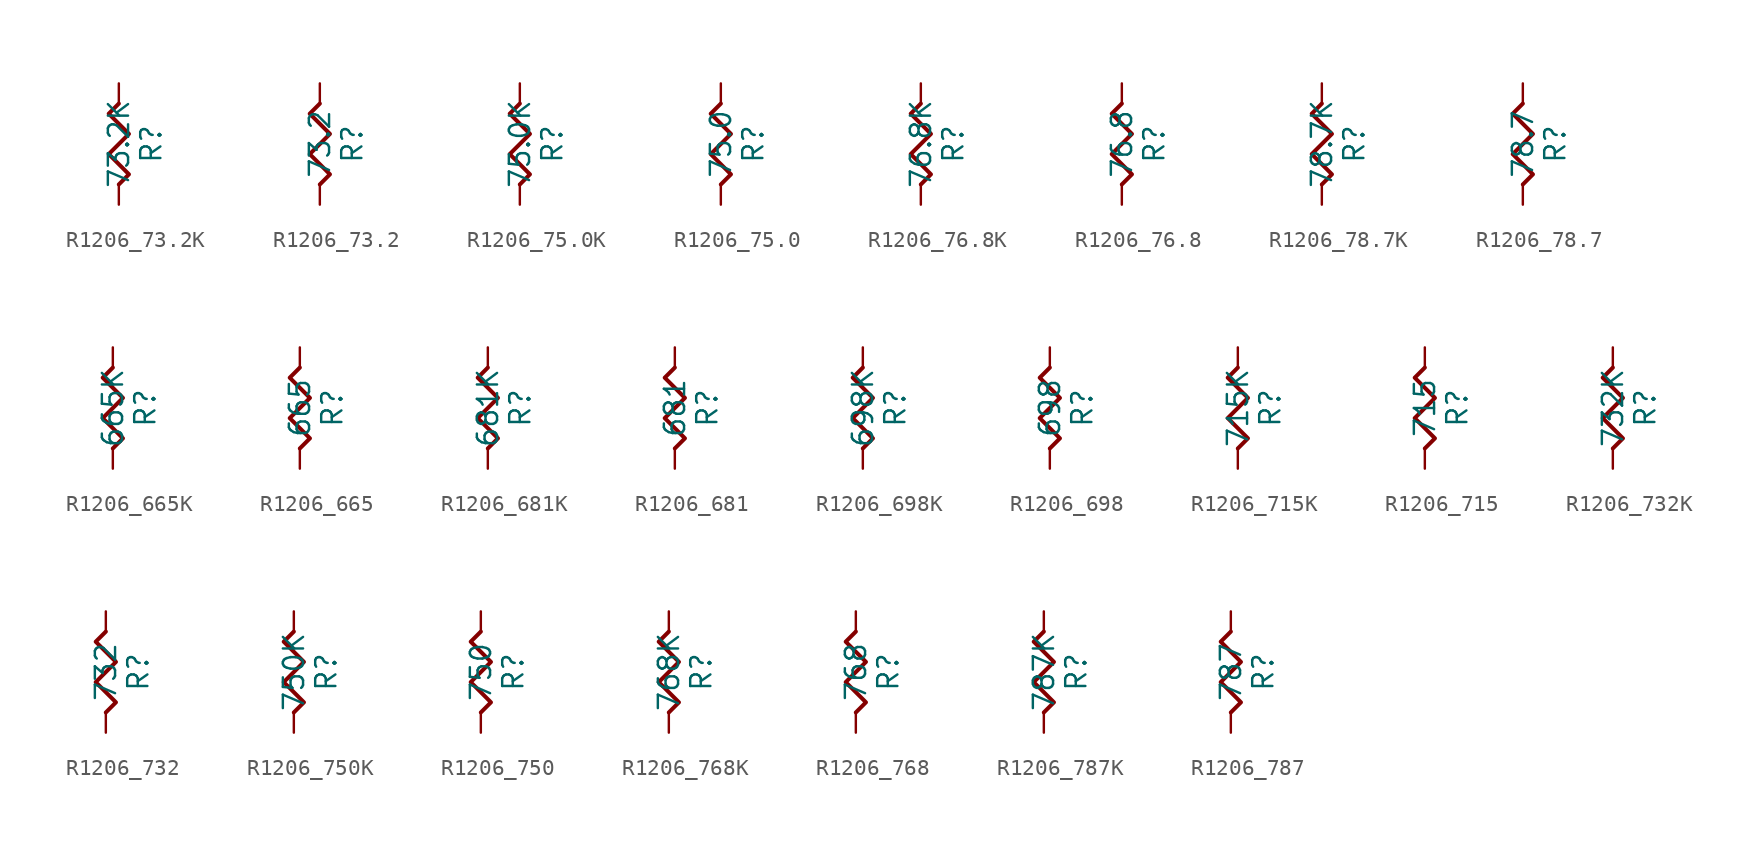
<source format=kicad_sym>
(kicad_symbol_lib
  (version 20211014)
  (generator atlantix-eda)
  (symbol "R1206_73.2K"
    (pin_numbers hide)
    (pin_names
      (offset 0))
    (property "Reference" "R"
      (at 2.032 0 90)
      (effects (font (size 1.27 1.27))))
    (property "Value" "73.2K"
      (at 0 0 90)
      (effects (font (size 1.27 1.27))))
    (symbol "R1206_73.2K_0_1"
      (polyline (pts (xy 0 -2.54) (xy 0.635 -1.905) (xy -0.635 -0.635) (xy 0.635 0.635) (xy -0.635 1.905) (xy 0 2.54)) (stroke (width 0.254) (type default) (color 0 0 0 0)) (fill (type none))))
    (symbol "R1206_73.2K_1_1"
      (pin passive line (at 0 3.81 270) (length 1.27) (name "~" (effects (font (size 1.27 1.27)))) (number "1" (effects (font (size 1.27 1.27)))))
      (pin passive line (at 0 -3.81 90) (length 1.27) (name "~" (effects (font (size 1.27 1.27)))) (number "2" (effects (font (size 1.27 1.27)))))))
  (symbol "R1206_73.2"
    (pin_numbers hide)
    (pin_names
      (offset 0))
    (property "Reference" "R"
      (at 2.032 0 90)
      (effects (font (size 1.27 1.27))))
    (property "Value" "73.2"
      (at 0 0 90)
      (effects (font (size 1.27 1.27))))
    (symbol "R1206_73.2_0_1"
      (polyline (pts (xy 0 -2.54) (xy 0.635 -1.905) (xy -0.635 -0.635) (xy 0.635 0.635) (xy -0.635 1.905) (xy 0 2.54)) (stroke (width 0.254) (type default) (color 0 0 0 0)) (fill (type none))))
    (symbol "R1206_73.2_1_1"
      (pin passive line (at 0 3.81 270) (length 1.27) (name "~" (effects (font (size 1.27 1.27)))) (number "1" (effects (font (size 1.27 1.27)))))
      (pin passive line (at 0 -3.81 90) (length 1.27) (name "~" (effects (font (size 1.27 1.27)))) (number "2" (effects (font (size 1.27 1.27)))))))
  (symbol "R1206_75.0K"
    (pin_numbers hide)
    (pin_names
      (offset 0))
    (property "Reference" "R"
      (at 2.032 0 90)
      (effects (font (size 1.27 1.27))))
    (property "Value" "75.0K"
      (at 0 0 90)
      (effects (font (size 1.27 1.27))))
    (symbol "R1206_75.0K_0_1"
      (polyline (pts (xy 0 -2.54) (xy 0.635 -1.905) (xy -0.635 -0.635) (xy 0.635 0.635) (xy -0.635 1.905) (xy 0 2.54)) (stroke (width 0.254) (type default) (color 0 0 0 0)) (fill (type none))))
    (symbol "R1206_75.0K_1_1"
      (pin passive line (at 0 3.81 270) (length 1.27) (name "~" (effects (font (size 1.27 1.27)))) (number "1" (effects (font (size 1.27 1.27)))))
      (pin passive line (at 0 -3.81 90) (length 1.27) (name "~" (effects (font (size 1.27 1.27)))) (number "2" (effects (font (size 1.27 1.27)))))))
  (symbol "R1206_75.0"
    (pin_numbers hide)
    (pin_names
      (offset 0))
    (property "Reference" "R"
      (at 2.032 0 90)
      (effects (font (size 1.27 1.27))))
    (property "Value" "75.0"
      (at 0 0 90)
      (effects (font (size 1.27 1.27))))
    (symbol "R1206_75.0_0_1"
      (polyline (pts (xy 0 -2.54) (xy 0.635 -1.905) (xy -0.635 -0.635) (xy 0.635 0.635) (xy -0.635 1.905) (xy 0 2.54)) (stroke (width 0.254) (type default) (color 0 0 0 0)) (fill (type none))))
    (symbol "R1206_75.0_1_1"
      (pin passive line (at 0 3.81 270) (length 1.27) (name "~" (effects (font (size 1.27 1.27)))) (number "1" (effects (font (size 1.27 1.27)))))
      (pin passive line (at 0 -3.81 90) (length 1.27) (name "~" (effects (font (size 1.27 1.27)))) (number "2" (effects (font (size 1.27 1.27)))))))
  (symbol "R1206_76.8K"
    (pin_numbers hide)
    (pin_names
      (offset 0))
    (property "Reference" "R"
      (at 2.032 0 90)
      (effects (font (size 1.27 1.27))))
    (property "Value" "76.8K"
      (at 0 0 90)
      (effects (font (size 1.27 1.27))))
    (symbol "R1206_76.8K_0_1"
      (polyline (pts (xy 0 -2.54) (xy 0.635 -1.905) (xy -0.635 -0.635) (xy 0.635 0.635) (xy -0.635 1.905) (xy 0 2.54)) (stroke (width 0.254) (type default) (color 0 0 0 0)) (fill (type none))))
    (symbol "R1206_76.8K_1_1"
      (pin passive line (at 0 3.81 270) (length 1.27) (name "~" (effects (font (size 1.27 1.27)))) (number "1" (effects (font (size 1.27 1.27)))))
      (pin passive line (at 0 -3.81 90) (length 1.27) (name "~" (effects (font (size 1.27 1.27)))) (number "2" (effects (font (size 1.27 1.27)))))))
  (symbol "R1206_76.8"
    (pin_numbers hide)
    (pin_names
      (offset 0))
    (property "Reference" "R"
      (at 2.032 0 90)
      (effects (font (size 1.27 1.27))))
    (property "Value" "76.8"
      (at 0 0 90)
      (effects (font (size 1.27 1.27))))
    (symbol "R1206_76.8_0_1"
      (polyline (pts (xy 0 -2.54) (xy 0.635 -1.905) (xy -0.635 -0.635) (xy 0.635 0.635) (xy -0.635 1.905) (xy 0 2.54)) (stroke (width 0.254) (type default) (color 0 0 0 0)) (fill (type none))))
    (symbol "R1206_76.8_1_1"
      (pin passive line (at 0 3.81 270) (length 1.27) (name "~" (effects (font (size 1.27 1.27)))) (number "1" (effects (font (size 1.27 1.27)))))
      (pin passive line (at 0 -3.81 90) (length 1.27) (name "~" (effects (font (size 1.27 1.27)))) (number "2" (effects (font (size 1.27 1.27)))))))
  (symbol "R1206_78.7K"
    (pin_numbers hide)
    (pin_names
      (offset 0))
    (property "Reference" "R"
      (at 2.032 0 90)
      (effects (font (size 1.27 1.27))))
    (property "Value" "78.7K"
      (at 0 0 90)
      (effects (font (size 1.27 1.27))))
    (symbol "R1206_78.7K_0_1"
      (polyline (pts (xy 0 -2.54) (xy 0.635 -1.905) (xy -0.635 -0.635) (xy 0.635 0.635) (xy -0.635 1.905) (xy 0 2.54)) (stroke (width 0.254) (type default) (color 0 0 0 0)) (fill (type none))))
    (symbol "R1206_78.7K_1_1"
      (pin passive line (at 0 3.81 270) (length 1.27) (name "~" (effects (font (size 1.27 1.27)))) (number "1" (effects (font (size 1.27 1.27)))))
      (pin passive line (at 0 -3.81 90) (length 1.27) (name "~" (effects (font (size 1.27 1.27)))) (number "2" (effects (font (size 1.27 1.27)))))))
  (symbol "R1206_78.7"
    (pin_numbers hide)
    (pin_names
      (offset 0))
    (property "Reference" "R"
      (at 2.032 0 90)
      (effects (font (size 1.27 1.27))))
    (property "Value" "78.7"
      (at 0 0 90)
      (effects (font (size 1.27 1.27))))
    (symbol "R1206_78.7_0_1"
      (polyline (pts (xy 0 -2.54) (xy 0.635 -1.905) (xy -0.635 -0.635) (xy 0.635 0.635) (xy -0.635 1.905) (xy 0 2.54)) (stroke (width 0.254) (type default) (color 0 0 0 0)) (fill (type none))))
    (symbol "R1206_78.7_1_1"
      (pin passive line (at 0 3.81 270) (length 1.27) (name "~" (effects (font (size 1.27 1.27)))) (number "1" (effects (font (size 1.27 1.27)))))
      (pin passive line (at 0 -3.81 90) (length 1.27) (name "~" (effects (font (size 1.27 1.27)))) (number "2" (effects (font (size 1.27 1.27)))))))
  (symbol "R1206_665K"
    (pin_numbers hide)
    (pin_names
      (offset 0))
    (property "Reference" "R"
      (at 2.032 0 90)
      (effects (font (size 1.27 1.27))))
    (property "Value" "665K"
      (at 0 0 90)
      (effects (font (size 1.27 1.27))))
    (symbol "R1206_665K_0_1"
      (polyline (pts (xy 0 -2.54) (xy 0.635 -1.905) (xy -0.635 -0.635) (xy 0.635 0.635) (xy -0.635 1.905) (xy 0 2.54)) (stroke (width 0.254) (type default) (color 0 0 0 0)) (fill (type none))))
    (symbol "R1206_665K_1_1"
      (pin passive line (at 0 3.81 270) (length 1.27) (name "~" (effects (font (size 1.27 1.27)))) (number "1" (effects (font (size 1.27 1.27)))))
      (pin passive line (at 0 -3.81 90) (length 1.27) (name "~" (effects (font (size 1.27 1.27)))) (number "2" (effects (font (size 1.27 1.27)))))))
  (symbol "R1206_665"
    (pin_numbers hide)
    (pin_names
      (offset 0))
    (property "Reference" "R"
      (at 2.032 0 90)
      (effects (font (size 1.27 1.27))))
    (property "Value" "665"
      (at 0 0 90)
      (effects (font (size 1.27 1.27))))
    (symbol "R1206_665_0_1"
      (polyline (pts (xy 0 -2.54) (xy 0.635 -1.905) (xy -0.635 -0.635) (xy 0.635 0.635) (xy -0.635 1.905) (xy 0 2.54)) (stroke (width 0.254) (type default) (color 0 0 0 0)) (fill (type none))))
    (symbol "R1206_665_1_1"
      (pin passive line (at 0 3.81 270) (length 1.27) (name "~" (effects (font (size 1.27 1.27)))) (number "1" (effects (font (size 1.27 1.27)))))
      (pin passive line (at 0 -3.81 90) (length 1.27) (name "~" (effects (font (size 1.27 1.27)))) (number "2" (effects (font (size 1.27 1.27)))))))
  (symbol "R1206_681K"
    (pin_numbers hide)
    (pin_names
      (offset 0))
    (property "Reference" "R"
      (at 2.032 0 90)
      (effects (font (size 1.27 1.27))))
    (property "Value" "681K"
      (at 0 0 90)
      (effects (font (size 1.27 1.27))))
    (symbol "R1206_681K_0_1"
      (polyline (pts (xy 0 -2.54) (xy 0.635 -1.905) (xy -0.635 -0.635) (xy 0.635 0.635) (xy -0.635 1.905) (xy 0 2.54)) (stroke (width 0.254) (type default) (color 0 0 0 0)) (fill (type none))))
    (symbol "R1206_681K_1_1"
      (pin passive line (at 0 3.81 270) (length 1.27) (name "~" (effects (font (size 1.27 1.27)))) (number "1" (effects (font (size 1.27 1.27)))))
      (pin passive line (at 0 -3.81 90) (length 1.27) (name "~" (effects (font (size 1.27 1.27)))) (number "2" (effects (font (size 1.27 1.27)))))))
  (symbol "R1206_681"
    (pin_numbers hide)
    (pin_names
      (offset 0))
    (property "Reference" "R"
      (at 2.032 0 90)
      (effects (font (size 1.27 1.27))))
    (property "Value" "681"
      (at 0 0 90)
      (effects (font (size 1.27 1.27))))
    (symbol "R1206_681_0_1"
      (polyline (pts (xy 0 -2.54) (xy 0.635 -1.905) (xy -0.635 -0.635) (xy 0.635 0.635) (xy -0.635 1.905) (xy 0 2.54)) (stroke (width 0.254) (type default) (color 0 0 0 0)) (fill (type none))))
    (symbol "R1206_681_1_1"
      (pin passive line (at 0 3.81 270) (length 1.27) (name "~" (effects (font (size 1.27 1.27)))) (number "1" (effects (font (size 1.27 1.27)))))
      (pin passive line (at 0 -3.81 90) (length 1.27) (name "~" (effects (font (size 1.27 1.27)))) (number "2" (effects (font (size 1.27 1.27)))))))
  (symbol "R1206_698K"
    (pin_numbers hide)
    (pin_names
      (offset 0))
    (property "Reference" "R"
      (at 2.032 0 90)
      (effects (font (size 1.27 1.27))))
    (property "Value" "698K"
      (at 0 0 90)
      (effects (font (size 1.27 1.27))))
    (symbol "R1206_698K_0_1"
      (polyline (pts (xy 0 -2.54) (xy 0.635 -1.905) (xy -0.635 -0.635) (xy 0.635 0.635) (xy -0.635 1.905) (xy 0 2.54)) (stroke (width 0.254) (type default) (color 0 0 0 0)) (fill (type none))))
    (symbol "R1206_698K_1_1"
      (pin passive line (at 0 3.81 270) (length 1.27) (name "~" (effects (font (size 1.27 1.27)))) (number "1" (effects (font (size 1.27 1.27)))))
      (pin passive line (at 0 -3.81 90) (length 1.27) (name "~" (effects (font (size 1.27 1.27)))) (number "2" (effects (font (size 1.27 1.27)))))))
  (symbol "R1206_698"
    (pin_numbers hide)
    (pin_names
      (offset 0))
    (property "Reference" "R"
      (at 2.032 0 90)
      (effects (font (size 1.27 1.27))))
    (property "Value" "698"
      (at 0 0 90)
      (effects (font (size 1.27 1.27))))
    (symbol "R1206_698_0_1"
      (polyline (pts (xy 0 -2.54) (xy 0.635 -1.905) (xy -0.635 -0.635) (xy 0.635 0.635) (xy -0.635 1.905) (xy 0 2.54)) (stroke (width 0.254) (type default) (color 0 0 0 0)) (fill (type none))))
    (symbol "R1206_698_1_1"
      (pin passive line (at 0 3.81 270) (length 1.27) (name "~" (effects (font (size 1.27 1.27)))) (number "1" (effects (font (size 1.27 1.27)))))
      (pin passive line (at 0 -3.81 90) (length 1.27) (name "~" (effects (font (size 1.27 1.27)))) (number "2" (effects (font (size 1.27 1.27)))))))
  (symbol "R1206_715K"
    (pin_numbers hide)
    (pin_names
      (offset 0))
    (property "Reference" "R"
      (at 2.032 0 90)
      (effects (font (size 1.27 1.27))))
    (property "Value" "715K"
      (at 0 0 90)
      (effects (font (size 1.27 1.27))))
    (symbol "R1206_715K_0_1"
      (polyline (pts (xy 0 -2.54) (xy 0.635 -1.905) (xy -0.635 -0.635) (xy 0.635 0.635) (xy -0.635 1.905) (xy 0 2.54)) (stroke (width 0.254) (type default) (color 0 0 0 0)) (fill (type none))))
    (symbol "R1206_715K_1_1"
      (pin passive line (at 0 3.81 270) (length 1.27) (name "~" (effects (font (size 1.27 1.27)))) (number "1" (effects (font (size 1.27 1.27)))))
      (pin passive line (at 0 -3.81 90) (length 1.27) (name "~" (effects (font (size 1.27 1.27)))) (number "2" (effects (font (size 1.27 1.27)))))))
  (symbol "R1206_715"
    (pin_numbers hide)
    (pin_names
      (offset 0))
    (property "Reference" "R"
      (at 2.032 0 90)
      (effects (font (size 1.27 1.27))))
    (property "Value" "715"
      (at 0 0 90)
      (effects (font (size 1.27 1.27))))
    (symbol "R1206_715_0_1"
      (polyline (pts (xy 0 -2.54) (xy 0.635 -1.905) (xy -0.635 -0.635) (xy 0.635 0.635) (xy -0.635 1.905) (xy 0 2.54)) (stroke (width 0.254) (type default) (color 0 0 0 0)) (fill (type none))))
    (symbol "R1206_715_1_1"
      (pin passive line (at 0 3.81 270) (length 1.27) (name "~" (effects (font (size 1.27 1.27)))) (number "1" (effects (font (size 1.27 1.27)))))
      (pin passive line (at 0 -3.81 90) (length 1.27) (name "~" (effects (font (size 1.27 1.27)))) (number "2" (effects (font (size 1.27 1.27)))))))
  (symbol "R1206_732K"
    (pin_numbers hide)
    (pin_names
      (offset 0))
    (property "Reference" "R"
      (at 2.032 0 90)
      (effects (font (size 1.27 1.27))))
    (property "Value" "732K"
      (at 0 0 90)
      (effects (font (size 1.27 1.27))))
    (symbol "R1206_732K_0_1"
      (polyline (pts (xy 0 -2.54) (xy 0.635 -1.905) (xy -0.635 -0.635) (xy 0.635 0.635) (xy -0.635 1.905) (xy 0 2.54)) (stroke (width 0.254) (type default) (color 0 0 0 0)) (fill (type none))))
    (symbol "R1206_732K_1_1"
      (pin passive line (at 0 3.81 270) (length 1.27) (name "~" (effects (font (size 1.27 1.27)))) (number "1" (effects (font (size 1.27 1.27)))))
      (pin passive line (at 0 -3.81 90) (length 1.27) (name "~" (effects (font (size 1.27 1.27)))) (number "2" (effects (font (size 1.27 1.27)))))))
  (symbol "R1206_732"
    (pin_numbers hide)
    (pin_names
      (offset 0))
    (property "Reference" "R"
      (at 2.032 0 90)
      (effects (font (size 1.27 1.27))))
    (property "Value" "732"
      (at 0 0 90)
      (effects (font (size 1.27 1.27))))
    (symbol "R1206_732_0_1"
      (polyline (pts (xy 0 -2.54) (xy 0.635 -1.905) (xy -0.635 -0.635) (xy 0.635 0.635) (xy -0.635 1.905) (xy 0 2.54)) (stroke (width 0.254) (type default) (color 0 0 0 0)) (fill (type none))))
    (symbol "R1206_732_1_1"
      (pin passive line (at 0 3.81 270) (length 1.27) (name "~" (effects (font (size 1.27 1.27)))) (number "1" (effects (font (size 1.27 1.27)))))
      (pin passive line (at 0 -3.81 90) (length 1.27) (name "~" (effects (font (size 1.27 1.27)))) (number "2" (effects (font (size 1.27 1.27)))))))
  (symbol "R1206_750K"
    (pin_numbers hide)
    (pin_names
      (offset 0))
    (property "Reference" "R"
      (at 2.032 0 90)
      (effects (font (size 1.27 1.27))))
    (property "Value" "750K"
      (at 0 0 90)
      (effects (font (size 1.27 1.27))))
    (symbol "R1206_750K_0_1"
      (polyline (pts (xy 0 -2.54) (xy 0.635 -1.905) (xy -0.635 -0.635) (xy 0.635 0.635) (xy -0.635 1.905) (xy 0 2.54)) (stroke (width 0.254) (type default) (color 0 0 0 0)) (fill (type none))))
    (symbol "R1206_750K_1_1"
      (pin passive line (at 0 3.81 270) (length 1.27) (name "~" (effects (font (size 1.27 1.27)))) (number "1" (effects (font (size 1.27 1.27)))))
      (pin passive line (at 0 -3.81 90) (length 1.27) (name "~" (effects (font (size 1.27 1.27)))) (number "2" (effects (font (size 1.27 1.27)))))))
  (symbol "R1206_750"
    (pin_numbers hide)
    (pin_names
      (offset 0))
    (property "Reference" "R"
      (at 2.032 0 90)
      (effects (font (size 1.27 1.27))))
    (property "Value" "750"
      (at 0 0 90)
      (effects (font (size 1.27 1.27))))
    (symbol "R1206_750_0_1"
      (polyline (pts (xy 0 -2.54) (xy 0.635 -1.905) (xy -0.635 -0.635) (xy 0.635 0.635) (xy -0.635 1.905) (xy 0 2.54)) (stroke (width 0.254) (type default) (color 0 0 0 0)) (fill (type none))))
    (symbol "R1206_750_1_1"
      (pin passive line (at 0 3.81 270) (length 1.27) (name "~" (effects (font (size 1.27 1.27)))) (number "1" (effects (font (size 1.27 1.27)))))
      (pin passive line (at 0 -3.81 90) (length 1.27) (name "~" (effects (font (size 1.27 1.27)))) (number "2" (effects (font (size 1.27 1.27)))))))
  (symbol "R1206_768K"
    (pin_numbers hide)
    (pin_names
      (offset 0))
    (property "Reference" "R"
      (at 2.032 0 90)
      (effects (font (size 1.27 1.27))))
    (property "Value" "768K"
      (at 0 0 90)
      (effects (font (size 1.27 1.27))))
    (symbol "R1206_768K_0_1"
      (polyline (pts (xy 0 -2.54) (xy 0.635 -1.905) (xy -0.635 -0.635) (xy 0.635 0.635) (xy -0.635 1.905) (xy 0 2.54)) (stroke (width 0.254) (type default) (color 0 0 0 0)) (fill (type none))))
    (symbol "R1206_768K_1_1"
      (pin passive line (at 0 3.81 270) (length 1.27) (name "~" (effects (font (size 1.27 1.27)))) (number "1" (effects (font (size 1.27 1.27)))))
      (pin passive line (at 0 -3.81 90) (length 1.27) (name "~" (effects (font (size 1.27 1.27)))) (number "2" (effects (font (size 1.27 1.27)))))))
  (symbol "R1206_768"
    (pin_numbers hide)
    (pin_names
      (offset 0))
    (property "Reference" "R"
      (at 2.032 0 90)
      (effects (font (size 1.27 1.27))))
    (property "Value" "768"
      (at 0 0 90)
      (effects (font (size 1.27 1.27))))
    (symbol "R1206_768_0_1"
      (polyline (pts (xy 0 -2.54) (xy 0.635 -1.905) (xy -0.635 -0.635) (xy 0.635 0.635) (xy -0.635 1.905) (xy 0 2.54)) (stroke (width 0.254) (type default) (color 0 0 0 0)) (fill (type none))))
    (symbol "R1206_768_1_1"
      (pin passive line (at 0 3.81 270) (length 1.27) (name "~" (effects (font (size 1.27 1.27)))) (number "1" (effects (font (size 1.27 1.27)))))
      (pin passive line (at 0 -3.81 90) (length 1.27) (name "~" (effects (font (size 1.27 1.27)))) (number "2" (effects (font (size 1.27 1.27)))))))
  (symbol "R1206_787K"
    (pin_numbers hide)
    (pin_names
      (offset 0))
    (property "Reference" "R"
      (at 2.032 0 90)
      (effects (font (size 1.27 1.27))))
    (property "Value" "787K"
      (at 0 0 90)
      (effects (font (size 1.27 1.27))))
    (symbol "R1206_787K_0_1"
      (polyline (pts (xy 0 -2.54) (xy 0.635 -1.905) (xy -0.635 -0.635) (xy 0.635 0.635) (xy -0.635 1.905) (xy 0 2.54)) (stroke (width 0.254) (type default) (color 0 0 0 0)) (fill (type none))))
    (symbol "R1206_787K_1_1"
      (pin passive line (at 0 3.81 270) (length 1.27) (name "~" (effects (font (size 1.27 1.27)))) (number "1" (effects (font (size 1.27 1.27)))))
      (pin passive line (at 0 -3.81 90) (length 1.27) (name "~" (effects (font (size 1.27 1.27)))) (number "2" (effects (font (size 1.27 1.27)))))))
  (symbol "R1206_787"
    (pin_numbers hide)
    (pin_names
      (offset 0))
    (property "Reference" "R"
      (at 2.032 0 90)
      (effects (font (size 1.27 1.27))))
    (property "Value" "787"
      (at 0 0 90)
      (effects (font (size 1.27 1.27))))
    (symbol "R1206_787_0_1"
      (polyline (pts (xy 0 -2.54) (xy 0.635 -1.905) (xy -0.635 -0.635) (xy 0.635 0.635) (xy -0.635 1.905) (xy 0 2.54)) (stroke (width 0.254) (type default) (color 0 0 0 0)) (fill (type none))))
    (symbol "R1206_787_1_1"
      (pin passive line (at 0 3.81 270) (length 1.27) (name "~" (effects (font (size 1.27 1.27)))) (number "1" (effects (font (size 1.27 1.27)))))
      (pin passive line (at 0 -3.81 90) (length 1.27) (name "~" (effects (font (size 1.27 1.27)))) (number "2" (effects (font (size 1.27 1.27))))))))
</source>
